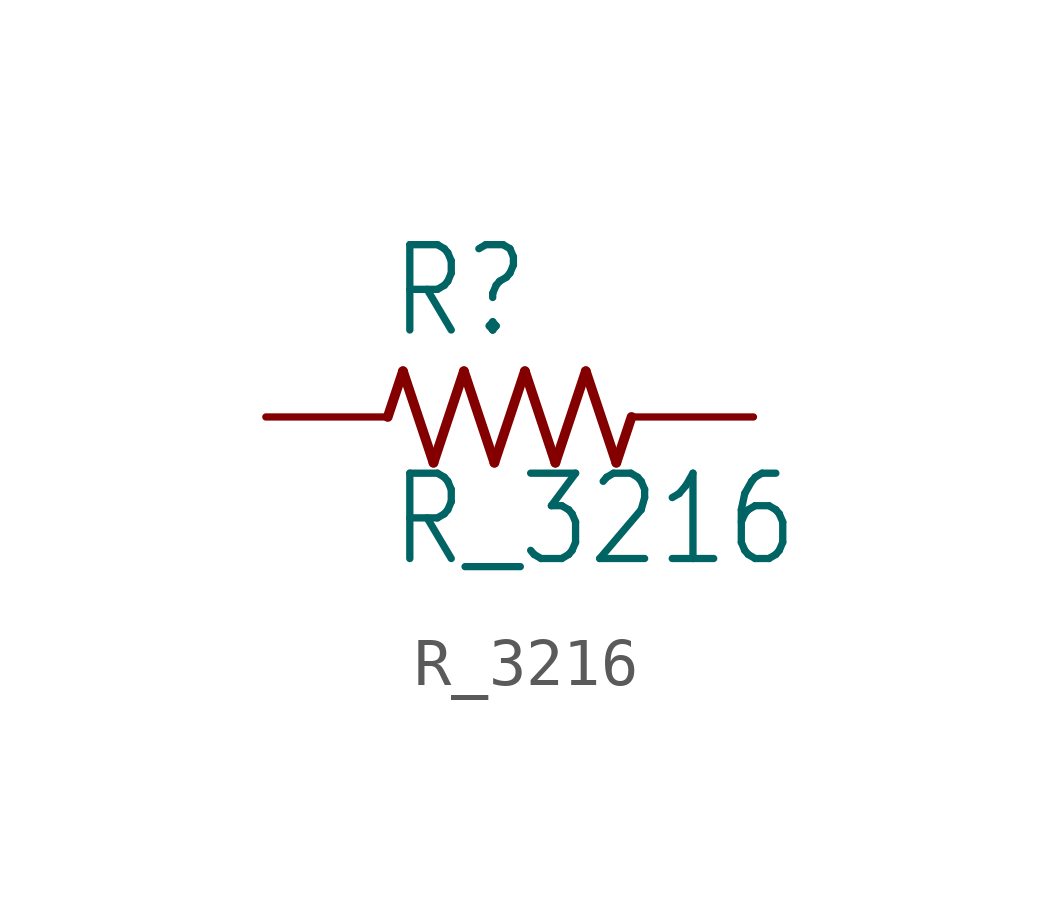
<source format=kicad_sym>
(kicad_symbol_lib
  (version 20220331)
  (generator kicad_symbol_editor)
  (symbol "R_3216"
    (property "Reference" "R"
      (at -2.54 1.587 0)
      (effects (font (size 1.778 1.511)) (justify left bottom)))
    (property "Value" "R_3216"
      (at -2.54 -3.175 0)
      (effects (font (size 1.778 1.511)) (justify left bottom)))
    (property "ki_locked" ""
      (at 0 0 0)
      (effects (font (size 1.27 1.27))))
    (symbol "R_3216_1_0"
      (polyline (pts (xy -2.54 0) (xy -2.223 0.953)) (stroke (width 0.203) (type solid)) (fill (type none)))
      (polyline (pts (xy -2.223 0.953) (xy -1.587 -0.953)) (stroke (width 0.203) (type solid)) (fill (type none)))
      (polyline (pts (xy -1.587 -0.953) (xy -0.953 0.953)) (stroke (width 0.203) (type solid)) (fill (type none)))
      (polyline (pts (xy -0.953 0.953) (xy -0.318 -0.953)) (stroke (width 0.203) (type solid)) (fill (type none)))
      (polyline (pts (xy -0.318 -0.953) (xy 0.318 0.953)) (stroke (width 0.203) (type solid)) (fill (type none)))
      (polyline (pts (xy 0.318 0.953) (xy 0.953 -0.953)) (stroke (width 0.203) (type solid)) (fill (type none)))
      (polyline (pts (xy 0.953 -0.953) (xy 1.587 0.953)) (stroke (width 0.203) (type solid)) (fill (type none)))
      (polyline (pts (xy 1.587 0.953) (xy 2.223 -0.953)) (stroke (width 0.203) (type solid)) (fill (type none)))
      (polyline (pts (xy 2.223 -0.953) (xy 2.54 0)) (stroke (width 0.203) (type solid)) (fill (type none)))
      (pin passive line (at -5.08 0 0) (length 2.54) (name "1" (effects (font (size 0 0)))) (number "1" (effects (font (size 0 0)))))
      (pin passive line (at 5.08 0 180) (length 2.54) (name "2" (effects (font (size 0 0)))) (number "2" (effects (font (size 0 0))))))))
</source>
